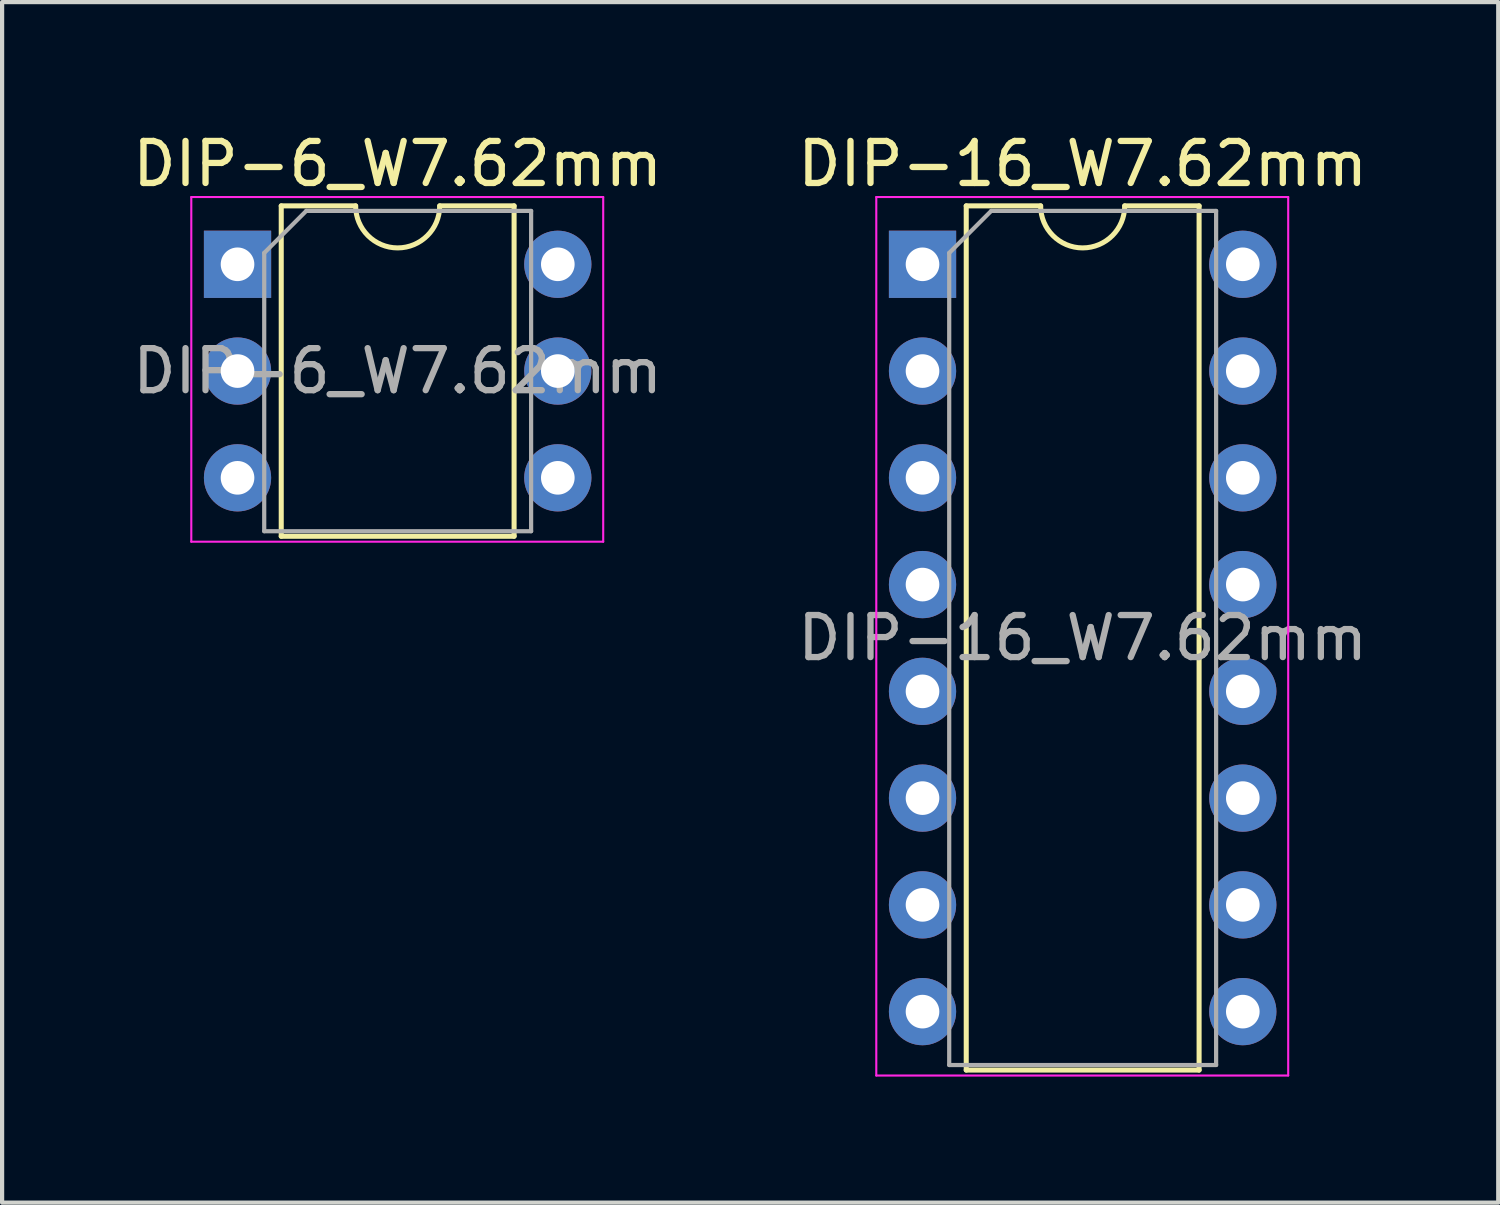
<source format=kicad_pcb>
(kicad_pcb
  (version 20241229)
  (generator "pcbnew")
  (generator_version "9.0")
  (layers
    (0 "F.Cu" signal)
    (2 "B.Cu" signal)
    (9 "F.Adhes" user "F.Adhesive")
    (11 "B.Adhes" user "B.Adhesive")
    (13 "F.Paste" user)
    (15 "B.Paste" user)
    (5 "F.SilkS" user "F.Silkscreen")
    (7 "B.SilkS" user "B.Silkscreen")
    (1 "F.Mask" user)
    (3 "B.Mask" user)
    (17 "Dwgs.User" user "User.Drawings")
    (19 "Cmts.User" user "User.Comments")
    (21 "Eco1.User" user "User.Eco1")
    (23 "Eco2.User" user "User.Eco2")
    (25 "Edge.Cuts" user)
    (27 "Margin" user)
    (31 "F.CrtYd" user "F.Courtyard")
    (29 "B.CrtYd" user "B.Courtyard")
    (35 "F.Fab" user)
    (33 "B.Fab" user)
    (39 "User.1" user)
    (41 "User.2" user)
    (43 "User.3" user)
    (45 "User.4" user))
  (footprint "DIP-16_W7.62mm"
    (layer "F.Cu")
    (at 18.898 3.238)
    (property "Reference" "DIP-16_W7.62mm" (at 3.81 -2.39 0) (layer "F.SilkS") (effects (font (size 1 1) (thickness 0.15))))
    (attr through_hole)
    (fp_line (start 1.04 -1.39) (end 1.04 19.17) (stroke (width 0.12) (type solid)) (layer "F.SilkS"))
    (fp_line (start 1.04 19.17) (end 6.58 19.17) (stroke (width 0.12) (type solid)) (layer "F.SilkS"))
    (fp_line (start 2.81 -1.39) (end 1.04 -1.39) (stroke (width 0.12) (type solid)) (layer "F.SilkS"))
    (fp_line (start 6.58 -1.39) (end 4.81 -1.39) (stroke (width 0.12) (type solid)) (layer "F.SilkS"))
    (fp_line (start 6.58 19.17) (end 6.58 -1.39) (stroke (width 0.12) (type solid)) (layer "F.SilkS"))
    (fp_arc (start 4.81 -1.39) (mid 3.81 -0.39) (end 2.81 -1.39) (stroke (width 0.12) (type solid)) (layer "F.SilkS"))
    (fp_line (start -1.1 -1.6) (end -1.1 19.3) (stroke (width 0.05) (type solid)) (layer "F.CrtYd"))
    (fp_line (start -1.1 19.3) (end 8.7 19.3) (stroke (width 0.05) (type solid)) (layer "F.CrtYd"))
    (fp_line (start 8.7 -1.6) (end -1.1 -1.6) (stroke (width 0.05) (type solid)) (layer "F.CrtYd"))
    (fp_line (start 8.7 19.3) (end 8.7 -1.6) (stroke (width 0.05) (type solid)) (layer "F.CrtYd"))
    (fp_line (start 0.635 -0.27) (end 1.635 -1.27) (stroke (width 0.1) (type solid)) (layer "F.Fab"))
    (fp_line (start 0.635 19.05) (end 0.635 -0.27) (stroke (width 0.1) (type solid)) (layer "F.Fab"))
    (fp_line (start 1.635 -1.27) (end 6.985 -1.27) (stroke (width 0.1) (type solid)) (layer "F.Fab"))
    (fp_line (start 6.985 -1.27) (end 6.985 19.05) (stroke (width 0.1) (type solid)) (layer "F.Fab"))
    (fp_line (start 6.985 19.05) (end 0.635 19.05) (stroke (width 0.1) (type solid)) (layer "F.Fab"))
    (fp_text user "${REFERENCE}" (at 3.81 8.89 0) (layer "F.Fab") (effects (font (size 1 1) (thickness 0.15))))
    (pad "1" thru_hole rect (at 0 0) (size 1.6 1.6) (drill 0.8) (layers "*.Cu" "*.Mask"))
    (pad "2" thru_hole oval (at 0 2.54) (size 1.6 1.6) (drill 0.8) (layers "*.Cu" "*.Mask"))
    (pad "3" thru_hole oval (at 0 5.08) (size 1.6 1.6) (drill 0.8) (layers "*.Cu" "*.Mask"))
    (pad "4" thru_hole oval (at 0 7.62) (size 1.6 1.6) (drill 0.8) (layers "*.Cu" "*.Mask"))
    (pad "5" thru_hole oval (at 0 10.16) (size 1.6 1.6) (drill 0.8) (layers "*.Cu" "*.Mask"))
    (pad "6" thru_hole oval (at 0 12.7) (size 1.6 1.6) (drill 0.8) (layers "*.Cu" "*.Mask"))
    (pad "7" thru_hole oval (at 0 15.24) (size 1.6 1.6) (drill 0.8) (layers "*.Cu" "*.Mask"))
    (pad "8" thru_hole oval (at 0 17.78) (size 1.6 1.6) (drill 0.8) (layers "*.Cu" "*.Mask"))
    (pad "9" thru_hole oval (at 7.62 17.78) (size 1.6 1.6) (drill 0.8) (layers "*.Cu" "*.Mask"))
    (pad "10" thru_hole oval (at 7.62 15.24) (size 1.6 1.6) (drill 0.8) (layers "*.Cu" "*.Mask"))
    (pad "11" thru_hole oval (at 7.62 12.7) (size 1.6 1.6) (drill 0.8) (layers "*.Cu" "*.Mask"))
    (pad "12" thru_hole oval (at 7.62 10.16) (size 1.6 1.6) (drill 0.8) (layers "*.Cu" "*.Mask"))
    (pad "13" thru_hole oval (at 7.62 7.62) (size 1.6 1.6) (drill 0.8) (layers "*.Cu" "*.Mask"))
    (pad "14" thru_hole oval (at 7.62 5.08) (size 1.6 1.6) (drill 0.8) (layers "*.Cu" "*.Mask"))
    (pad "15" thru_hole oval (at 7.62 2.54) (size 1.6 1.6) (drill 0.8) (layers "*.Cu" "*.Mask"))
    (pad "16" thru_hole oval (at 7.62 0) (size 1.6 1.6) (drill 0.8) (layers "*.Cu" "*.Mask")))
  (footprint "DIP-6_W7.62mm"
    (layer "F.Cu")
    (at 2.601 3.238)
    (property "Reference" "DIP-6_W7.62mm" (at 3.81 -2.39 0) (layer "F.SilkS") (effects (font (size 1 1) (thickness 0.15))))
    (attr through_hole)
    (fp_line (start 1.04 -1.39) (end 1.04 6.47) (stroke (width 0.12) (type solid)) (layer "F.SilkS"))
    (fp_line (start 1.04 6.47) (end 6.58 6.47) (stroke (width 0.12) (type solid)) (layer "F.SilkS"))
    (fp_line (start 2.81 -1.39) (end 1.04 -1.39) (stroke (width 0.12) (type solid)) (layer "F.SilkS"))
    (fp_line (start 6.58 -1.39) (end 4.81 -1.39) (stroke (width 0.12) (type solid)) (layer "F.SilkS"))
    (fp_line (start 6.58 6.47) (end 6.58 -1.39) (stroke (width 0.12) (type solid)) (layer "F.SilkS"))
    (fp_arc (start 4.81 -1.39) (mid 3.81 -0.39) (end 2.81 -1.39) (stroke (width 0.12) (type solid)) (layer "F.SilkS"))
    (fp_line (start -1.1 -1.6) (end -1.1 6.6) (stroke (width 0.05) (type solid)) (layer "F.CrtYd"))
    (fp_line (start -1.1 6.6) (end 8.7 6.6) (stroke (width 0.05) (type solid)) (layer "F.CrtYd"))
    (fp_line (start 8.7 -1.6) (end -1.1 -1.6) (stroke (width 0.05) (type solid)) (layer "F.CrtYd"))
    (fp_line (start 8.7 6.6) (end 8.7 -1.6) (stroke (width 0.05) (type solid)) (layer "F.CrtYd"))
    (fp_line (start 0.635 -0.27) (end 1.635 -1.27) (stroke (width 0.1) (type solid)) (layer "F.Fab"))
    (fp_line (start 0.635 6.35) (end 0.635 -0.27) (stroke (width 0.1) (type solid)) (layer "F.Fab"))
    (fp_line (start 1.635 -1.27) (end 6.985 -1.27) (stroke (width 0.1) (type solid)) (layer "F.Fab"))
    (fp_line (start 6.985 -1.27) (end 6.985 6.35) (stroke (width 0.1) (type solid)) (layer "F.Fab"))
    (fp_line (start 6.985 6.35) (end 0.635 6.35) (stroke (width 0.1) (type solid)) (layer "F.Fab"))
    (fp_text user "${REFERENCE}" (at 3.81 2.54 0) (layer "F.Fab") (effects (font (size 1 1) (thickness 0.15))))
    (pad "1" thru_hole rect (at 0 0) (size 1.6 1.6) (drill 0.8) (layers "*.Cu" "*.Mask"))
    (pad "2" thru_hole oval (at 0 2.54) (size 1.6 1.6) (drill 0.8) (layers "*.Cu" "*.Mask"))
    (pad "3" thru_hole oval (at 0 5.08) (size 1.6 1.6) (drill 0.8) (layers "*.Cu" "*.Mask"))
    (pad "4" thru_hole oval (at 7.62 5.08) (size 1.6 1.6) (drill 0.8) (layers "*.Cu" "*.Mask"))
    (pad "5" thru_hole oval (at 7.62 2.54) (size 1.6 1.6) (drill 0.8) (layers "*.Cu" "*.Mask"))
    (pad "6" thru_hole oval (at 7.62 0) (size 1.6 1.6) (drill 0.8) (layers "*.Cu" "*.Mask")))
  (gr_rect
    (start -3 -3)
    (end 32.595 25.563)
    (stroke (width 0.1) (type default))
    (fill no)
    (layer "Edge.Cuts")))
</source>
